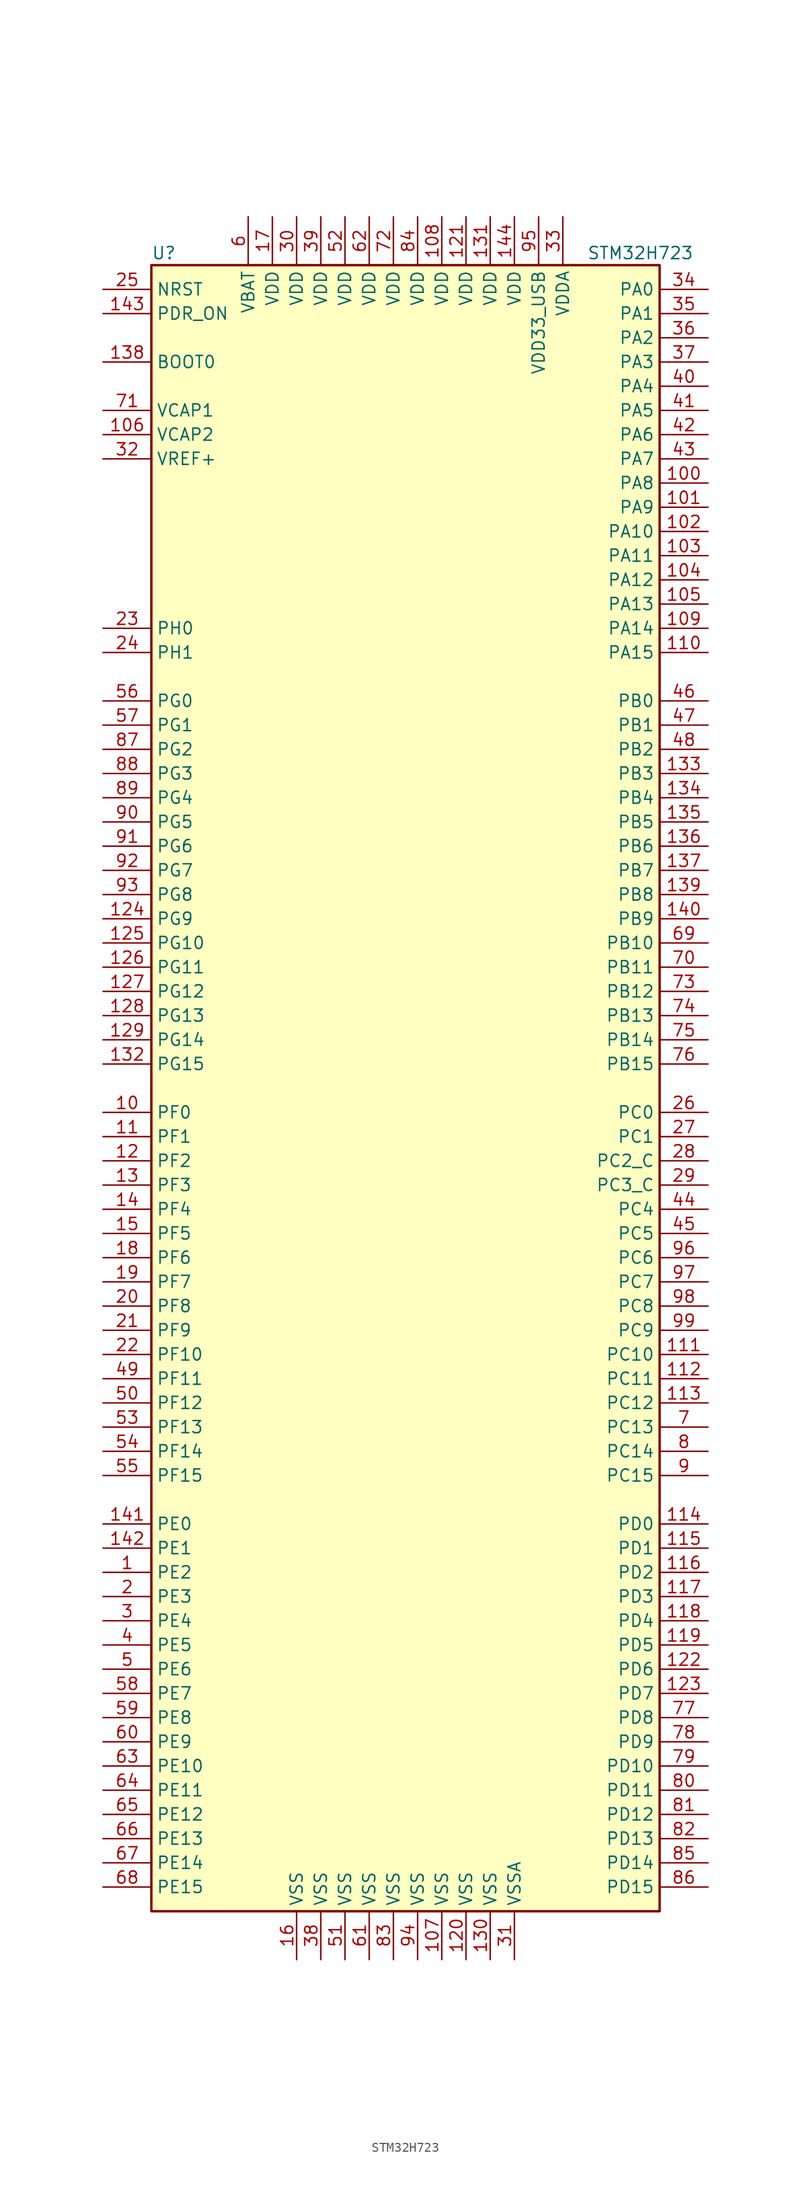
<source format=kicad_sym>
(kicad_symbol_lib
  (version 20211014)
  (generator kicad_symbol_editor)
  (symbol "STM32H723"
    (property "Reference" "U"
      (at -27.94 87.63 0)
      (effects (font (size 1.27 1.27)) (justify left)))
    (property "Value" "STM32H723"
      (at 17.78 87.63 0)
      (effects (font (size 1.27 1.27)) (justify left)))
    (symbol "STM32H723_0_1"
      (rectangle (start -27.94 -86.36) (end 25.4 86.36) (stroke (width 0.254) (type default) (color 0 0 0 0)) (fill (type background))))
    (symbol "STM32H723_1_1"
      (pin bidirectional line (at -33.02 -50.8 0) (length 5.08) (name "PE2" (effects (font (size 1.27 1.27)))) (number "1" (effects (font (size 1.27 1.27)))))
      (pin bidirectional line (at -33.02 -2.54 0) (length 5.08) (name "PF0" (effects (font (size 1.27 1.27)))) (number "10" (effects (font (size 1.27 1.27)))))
      (pin bidirectional line (at 30.48 63.5 180) (length 5.08) (name "PA8" (effects (font (size 1.27 1.27)))) (number "100" (effects (font (size 1.27 1.27)))))
      (pin bidirectional line (at 30.48 60.96 180) (length 5.08) (name "PA9" (effects (font (size 1.27 1.27)))) (number "101" (effects (font (size 1.27 1.27)))))
      (pin bidirectional line (at 30.48 58.42 180) (length 5.08) (name "PA10" (effects (font (size 1.27 1.27)))) (number "102" (effects (font (size 1.27 1.27)))))
      (pin bidirectional line (at 30.48 55.88 180) (length 5.08) (name "PA11" (effects (font (size 1.27 1.27)))) (number "103" (effects (font (size 1.27 1.27)))))
      (pin bidirectional line (at 30.48 53.34 180) (length 5.08) (name "PA12" (effects (font (size 1.27 1.27)))) (number "104" (effects (font (size 1.27 1.27)))))
      (pin bidirectional line (at 30.48 50.8 180) (length 5.08) (name "PA13" (effects (font (size 1.27 1.27)))) (number "105" (effects (font (size 1.27 1.27)))))
      (pin power_in line (at -33.02 68.58 0) (length 5.08) (name "VCAP2" (effects (font (size 1.27 1.27)))) (number "106" (effects (font (size 1.27 1.27)))))
      (pin power_in line (at 2.54 -91.44 90) (length 5.08) (name "VSS" (effects (font (size 1.27 1.27)))) (number "107" (effects (font (size 1.27 1.27)))))
      (pin power_in line (at 2.54 91.44 270) (length 5.08) (name "VDD" (effects (font (size 1.27 1.27)))) (number "108" (effects (font (size 1.27 1.27)))))
      (pin bidirectional line (at 30.48 48.26 180) (length 5.08) (name "PA14" (effects (font (size 1.27 1.27)))) (number "109" (effects (font (size 1.27 1.27)))))
      (pin bidirectional line (at -33.02 -5.08 0) (length 5.08) (name "PF1" (effects (font (size 1.27 1.27)))) (number "11" (effects (font (size 1.27 1.27)))))
      (pin bidirectional line (at 30.48 45.72 180) (length 5.08) (name "PA15" (effects (font (size 1.27 1.27)))) (number "110" (effects (font (size 1.27 1.27)))))
      (pin bidirectional line (at 30.48 -27.94 180) (length 5.08) (name "PC10" (effects (font (size 1.27 1.27)))) (number "111" (effects (font (size 1.27 1.27)))))
      (pin bidirectional line (at 30.48 -30.48 180) (length 5.08) (name "PC11" (effects (font (size 1.27 1.27)))) (number "112" (effects (font (size 1.27 1.27)))))
      (pin bidirectional line (at 30.48 -33.02 180) (length 5.08) (name "PC12" (effects (font (size 1.27 1.27)))) (number "113" (effects (font (size 1.27 1.27)))))
      (pin bidirectional line (at 30.48 -45.72 180) (length 5.08) (name "PD0" (effects (font (size 1.27 1.27)))) (number "114" (effects (font (size 1.27 1.27)))))
      (pin bidirectional line (at 30.48 -48.26 180) (length 5.08) (name "PD1" (effects (font (size 1.27 1.27)))) (number "115" (effects (font (size 1.27 1.27)))))
      (pin bidirectional line (at 30.48 -50.8 180) (length 5.08) (name "PD2" (effects (font (size 1.27 1.27)))) (number "116" (effects (font (size 1.27 1.27)))))
      (pin bidirectional line (at 30.48 -53.34 180) (length 5.08) (name "PD3" (effects (font (size 1.27 1.27)))) (number "117" (effects (font (size 1.27 1.27)))))
      (pin bidirectional line (at 30.48 -55.88 180) (length 5.08) (name "PD4" (effects (font (size 1.27 1.27)))) (number "118" (effects (font (size 1.27 1.27)))))
      (pin bidirectional line (at 30.48 -58.42 180) (length 5.08) (name "PD5" (effects (font (size 1.27 1.27)))) (number "119" (effects (font (size 1.27 1.27)))))
      (pin bidirectional line (at -33.02 -7.62 0) (length 5.08) (name "PF2" (effects (font (size 1.27 1.27)))) (number "12" (effects (font (size 1.27 1.27)))))
      (pin power_in line (at 5.08 -91.44 90) (length 5.08) (name "VSS" (effects (font (size 1.27 1.27)))) (number "120" (effects (font (size 1.27 1.27)))))
      (pin power_in line (at 5.08 91.44 270) (length 5.08) (name "VDD" (effects (font (size 1.27 1.27)))) (number "121" (effects (font (size 1.27 1.27)))))
      (pin bidirectional line (at 30.48 -60.96 180) (length 5.08) (name "PD6" (effects (font (size 1.27 1.27)))) (number "122" (effects (font (size 1.27 1.27)))))
      (pin bidirectional line (at 30.48 -63.5 180) (length 5.08) (name "PD7" (effects (font (size 1.27 1.27)))) (number "123" (effects (font (size 1.27 1.27)))))
      (pin bidirectional line (at -33.02 17.78 0) (length 5.08) (name "PG9" (effects (font (size 1.27 1.27)))) (number "124" (effects (font (size 1.27 1.27)))))
      (pin bidirectional line (at -33.02 15.24 0) (length 5.08) (name "PG10" (effects (font (size 1.27 1.27)))) (number "125" (effects (font (size 1.27 1.27)))))
      (pin bidirectional line (at -33.02 12.7 0) (length 5.08) (name "PG11" (effects (font (size 1.27 1.27)))) (number "126" (effects (font (size 1.27 1.27)))))
      (pin bidirectional line (at -33.02 10.16 0) (length 5.08) (name "PG12" (effects (font (size 1.27 1.27)))) (number "127" (effects (font (size 1.27 1.27)))))
      (pin bidirectional line (at -33.02 7.62 0) (length 5.08) (name "PG13" (effects (font (size 1.27 1.27)))) (number "128" (effects (font (size 1.27 1.27)))))
      (pin bidirectional line (at -33.02 5.08 0) (length 5.08) (name "PG14" (effects (font (size 1.27 1.27)))) (number "129" (effects (font (size 1.27 1.27)))))
      (pin bidirectional line (at -33.02 -10.16 0) (length 5.08) (name "PF3" (effects (font (size 1.27 1.27)))) (number "13" (effects (font (size 1.27 1.27)))))
      (pin power_in line (at 7.62 -91.44 90) (length 5.08) (name "VSS" (effects (font (size 1.27 1.27)))) (number "130" (effects (font (size 1.27 1.27)))))
      (pin power_in line (at 7.62 91.44 270) (length 5.08) (name "VDD" (effects (font (size 1.27 1.27)))) (number "131" (effects (font (size 1.27 1.27)))))
      (pin bidirectional line (at -33.02 2.54 0) (length 5.08) (name "PG15" (effects (font (size 1.27 1.27)))) (number "132" (effects (font (size 1.27 1.27)))))
      (pin bidirectional line (at 30.48 33.02 180) (length 5.08) (name "PB3" (effects (font (size 1.27 1.27)))) (number "133" (effects (font (size 1.27 1.27)))))
      (pin bidirectional line (at 30.48 30.48 180) (length 5.08) (name "PB4" (effects (font (size 1.27 1.27)))) (number "134" (effects (font (size 1.27 1.27)))))
      (pin bidirectional line (at 30.48 27.94 180) (length 5.08) (name "PB5" (effects (font (size 1.27 1.27)))) (number "135" (effects (font (size 1.27 1.27)))))
      (pin bidirectional line (at 30.48 25.4 180) (length 5.08) (name "PB6" (effects (font (size 1.27 1.27)))) (number "136" (effects (font (size 1.27 1.27)))))
      (pin bidirectional line (at 30.48 22.86 180) (length 5.08) (name "PB7" (effects (font (size 1.27 1.27)))) (number "137" (effects (font (size 1.27 1.27)))))
      (pin input line (at -33.02 76.2 0) (length 5.08) (name "BOOT0" (effects (font (size 1.27 1.27)))) (number "138" (effects (font (size 1.27 1.27)))))
      (pin bidirectional line (at 30.48 20.32 180) (length 5.08) (name "PB8" (effects (font (size 1.27 1.27)))) (number "139" (effects (font (size 1.27 1.27)))))
      (pin bidirectional line (at -33.02 -12.7 0) (length 5.08) (name "PF4" (effects (font (size 1.27 1.27)))) (number "14" (effects (font (size 1.27 1.27)))))
      (pin bidirectional line (at 30.48 17.78 180) (length 5.08) (name "PB9" (effects (font (size 1.27 1.27)))) (number "140" (effects (font (size 1.27 1.27)))))
      (pin bidirectional line (at -33.02 -45.72 0) (length 5.08) (name "PE0" (effects (font (size 1.27 1.27)))) (number "141" (effects (font (size 1.27 1.27)))))
      (pin bidirectional line (at -33.02 -48.26 0) (length 5.08) (name "PE1" (effects (font (size 1.27 1.27)))) (number "142" (effects (font (size 1.27 1.27)))))
      (pin input line (at -33.02 81.28 0) (length 5.08) (name "PDR_ON" (effects (font (size 1.27 1.27)))) (number "143" (effects (font (size 1.27 1.27)))))
      (pin power_in line (at 10.16 91.44 270) (length 5.08) (name "VDD" (effects (font (size 1.27 1.27)))) (number "144" (effects (font (size 1.27 1.27)))))
      (pin bidirectional line (at -33.02 -15.24 0) (length 5.08) (name "PF5" (effects (font (size 1.27 1.27)))) (number "15" (effects (font (size 1.27 1.27)))))
      (pin power_in line (at -12.7 -91.44 90) (length 5.08) (name "VSS" (effects (font (size 1.27 1.27)))) (number "16" (effects (font (size 1.27 1.27)))))
      (pin power_in line (at -15.24 91.44 270) (length 5.08) (name "VDD" (effects (font (size 1.27 1.27)))) (number "17" (effects (font (size 1.27 1.27)))))
      (pin bidirectional line (at -33.02 -17.78 0) (length 5.08) (name "PF6" (effects (font (size 1.27 1.27)))) (number "18" (effects (font (size 1.27 1.27)))))
      (pin bidirectional line (at -33.02 -20.32 0) (length 5.08) (name "PF7" (effects (font (size 1.27 1.27)))) (number "19" (effects (font (size 1.27 1.27)))))
      (pin bidirectional line (at -33.02 -53.34 0) (length 5.08) (name "PE3" (effects (font (size 1.27 1.27)))) (number "2" (effects (font (size 1.27 1.27)))))
      (pin bidirectional line (at -33.02 -22.86 0) (length 5.08) (name "PF8" (effects (font (size 1.27 1.27)))) (number "20" (effects (font (size 1.27 1.27)))))
      (pin bidirectional line (at -33.02 -25.4 0) (length 5.08) (name "PF9" (effects (font (size 1.27 1.27)))) (number "21" (effects (font (size 1.27 1.27)))))
      (pin bidirectional line (at -33.02 -27.94 0) (length 5.08) (name "PF10" (effects (font (size 1.27 1.27)))) (number "22" (effects (font (size 1.27 1.27)))))
      (pin input line (at -33.02 48.26 0) (length 5.08) (name "PH0" (effects (font (size 1.27 1.27)))) (number "23" (effects (font (size 1.27 1.27)))))
      (pin input line (at -33.02 45.72 0) (length 5.08) (name "PH1" (effects (font (size 1.27 1.27)))) (number "24" (effects (font (size 1.27 1.27)))))
      (pin input line (at -33.02 83.82 0) (length 5.08) (name "NRST" (effects (font (size 1.27 1.27)))) (number "25" (effects (font (size 1.27 1.27)))))
      (pin bidirectional line (at 30.48 -2.54 180) (length 5.08) (name "PC0" (effects (font (size 1.27 1.27)))) (number "26" (effects (font (size 1.27 1.27)))))
      (pin bidirectional line (at 30.48 -5.08 180) (length 5.08) (name "PC1" (effects (font (size 1.27 1.27)))) (number "27" (effects (font (size 1.27 1.27)))))
      (pin bidirectional line (at 30.48 -7.62 180) (length 5.08) (name "PC2_C" (effects (font (size 1.27 1.27)))) (number "28" (effects (font (size 1.27 1.27)))))
      (pin bidirectional line (at 30.48 -10.16 180) (length 5.08) (name "PC3_C" (effects (font (size 1.27 1.27)))) (number "29" (effects (font (size 1.27 1.27)))))
      (pin bidirectional line (at -33.02 -55.88 0) (length 5.08) (name "PE4" (effects (font (size 1.27 1.27)))) (number "3" (effects (font (size 1.27 1.27)))))
      (pin power_in line (at -12.7 91.44 270) (length 5.08) (name "VDD" (effects (font (size 1.27 1.27)))) (number "30" (effects (font (size 1.27 1.27)))))
      (pin power_in line (at 10.16 -91.44 90) (length 5.08) (name "VSSA" (effects (font (size 1.27 1.27)))) (number "31" (effects (font (size 1.27 1.27)))))
      (pin bidirectional line (at -33.02 66.04 0) (length 5.08) (name "VREF+" (effects (font (size 1.27 1.27)))) (number "32" (effects (font (size 1.27 1.27)))))
      (pin power_in line (at 15.24 91.44 270) (length 5.08) (name "VDDA" (effects (font (size 1.27 1.27)))) (number "33" (effects (font (size 1.27 1.27)))))
      (pin bidirectional line (at 30.48 83.82 180) (length 5.08) (name "PA0" (effects (font (size 1.27 1.27)))) (number "34" (effects (font (size 1.27 1.27)))))
      (pin bidirectional line (at 30.48 81.28 180) (length 5.08) (name "PA1" (effects (font (size 1.27 1.27)))) (number "35" (effects (font (size 1.27 1.27)))))
      (pin bidirectional line (at 30.48 78.74 180) (length 5.08) (name "PA2" (effects (font (size 1.27 1.27)))) (number "36" (effects (font (size 1.27 1.27)))))
      (pin bidirectional line (at 30.48 76.2 180) (length 5.08) (name "PA3" (effects (font (size 1.27 1.27)))) (number "37" (effects (font (size 1.27 1.27)))))
      (pin power_in line (at -10.16 -91.44 90) (length 5.08) (name "VSS" (effects (font (size 1.27 1.27)))) (number "38" (effects (font (size 1.27 1.27)))))
      (pin power_in line (at -10.16 91.44 270) (length 5.08) (name "VDD" (effects (font (size 1.27 1.27)))) (number "39" (effects (font (size 1.27 1.27)))))
      (pin bidirectional line (at -33.02 -58.42 0) (length 5.08) (name "PE5" (effects (font (size 1.27 1.27)))) (number "4" (effects (font (size 1.27 1.27)))))
      (pin bidirectional line (at 30.48 73.66 180) (length 5.08) (name "PA4" (effects (font (size 1.27 1.27)))) (number "40" (effects (font (size 1.27 1.27)))))
      (pin bidirectional line (at 30.48 71.12 180) (length 5.08) (name "PA5" (effects (font (size 1.27 1.27)))) (number "41" (effects (font (size 1.27 1.27)))))
      (pin bidirectional line (at 30.48 68.58 180) (length 5.08) (name "PA6" (effects (font (size 1.27 1.27)))) (number "42" (effects (font (size 1.27 1.27)))))
      (pin bidirectional line (at 30.48 66.04 180) (length 5.08) (name "PA7" (effects (font (size 1.27 1.27)))) (number "43" (effects (font (size 1.27 1.27)))))
      (pin bidirectional line (at 30.48 -12.7 180) (length 5.08) (name "PC4" (effects (font (size 1.27 1.27)))) (number "44" (effects (font (size 1.27 1.27)))))
      (pin bidirectional line (at 30.48 -15.24 180) (length 5.08) (name "PC5" (effects (font (size 1.27 1.27)))) (number "45" (effects (font (size 1.27 1.27)))))
      (pin bidirectional line (at 30.48 40.64 180) (length 5.08) (name "PB0" (effects (font (size 1.27 1.27)))) (number "46" (effects (font (size 1.27 1.27)))))
      (pin bidirectional line (at 30.48 38.1 180) (length 5.08) (name "PB1" (effects (font (size 1.27 1.27)))) (number "47" (effects (font (size 1.27 1.27)))))
      (pin bidirectional line (at 30.48 35.56 180) (length 5.08) (name "PB2" (effects (font (size 1.27 1.27)))) (number "48" (effects (font (size 1.27 1.27)))))
      (pin bidirectional line (at -33.02 -30.48 0) (length 5.08) (name "PF11" (effects (font (size 1.27 1.27)))) (number "49" (effects (font (size 1.27 1.27)))))
      (pin bidirectional line (at -33.02 -60.96 0) (length 5.08) (name "PE6" (effects (font (size 1.27 1.27)))) (number "5" (effects (font (size 1.27 1.27)))))
      (pin bidirectional line (at -33.02 -33.02 0) (length 5.08) (name "PF12" (effects (font (size 1.27 1.27)))) (number "50" (effects (font (size 1.27 1.27)))))
      (pin power_in line (at -7.62 -91.44 90) (length 5.08) (name "VSS" (effects (font (size 1.27 1.27)))) (number "51" (effects (font (size 1.27 1.27)))))
      (pin power_in line (at -7.62 91.44 270) (length 5.08) (name "VDD" (effects (font (size 1.27 1.27)))) (number "52" (effects (font (size 1.27 1.27)))))
      (pin bidirectional line (at -33.02 -35.56 0) (length 5.08) (name "PF13" (effects (font (size 1.27 1.27)))) (number "53" (effects (font (size 1.27 1.27)))))
      (pin bidirectional line (at -33.02 -38.1 0) (length 5.08) (name "PF14" (effects (font (size 1.27 1.27)))) (number "54" (effects (font (size 1.27 1.27)))))
      (pin bidirectional line (at -33.02 -40.64 0) (length 5.08) (name "PF15" (effects (font (size 1.27 1.27)))) (number "55" (effects (font (size 1.27 1.27)))))
      (pin bidirectional line (at -33.02 40.64 0) (length 5.08) (name "PG0" (effects (font (size 1.27 1.27)))) (number "56" (effects (font (size 1.27 1.27)))))
      (pin bidirectional line (at -33.02 38.1 0) (length 5.08) (name "PG1" (effects (font (size 1.27 1.27)))) (number "57" (effects (font (size 1.27 1.27)))))
      (pin bidirectional line (at -33.02 -63.5 0) (length 5.08) (name "PE7" (effects (font (size 1.27 1.27)))) (number "58" (effects (font (size 1.27 1.27)))))
      (pin bidirectional line (at -33.02 -66.04 0) (length 5.08) (name "PE8" (effects (font (size 1.27 1.27)))) (number "59" (effects (font (size 1.27 1.27)))))
      (pin power_in line (at -17.78 91.44 270) (length 5.08) (name "VBAT" (effects (font (size 1.27 1.27)))) (number "6" (effects (font (size 1.27 1.27)))))
      (pin bidirectional line (at -33.02 -68.58 0) (length 5.08) (name "PE9" (effects (font (size 1.27 1.27)))) (number "60" (effects (font (size 1.27 1.27)))))
      (pin power_in line (at -5.08 -91.44 90) (length 5.08) (name "VSS" (effects (font (size 1.27 1.27)))) (number "61" (effects (font (size 1.27 1.27)))))
      (pin power_in line (at -5.08 91.44 270) (length 5.08) (name "VDD" (effects (font (size 1.27 1.27)))) (number "62" (effects (font (size 1.27 1.27)))))
      (pin bidirectional line (at -33.02 -71.12 0) (length 5.08) (name "PE10" (effects (font (size 1.27 1.27)))) (number "63" (effects (font (size 1.27 1.27)))))
      (pin bidirectional line (at -33.02 -73.66 0) (length 5.08) (name "PE11" (effects (font (size 1.27 1.27)))) (number "64" (effects (font (size 1.27 1.27)))))
      (pin bidirectional line (at -33.02 -76.2 0) (length 5.08) (name "PE12" (effects (font (size 1.27 1.27)))) (number "65" (effects (font (size 1.27 1.27)))))
      (pin bidirectional line (at -33.02 -78.74 0) (length 5.08) (name "PE13" (effects (font (size 1.27 1.27)))) (number "66" (effects (font (size 1.27 1.27)))))
      (pin bidirectional line (at -33.02 -81.28 0) (length 5.08) (name "PE14" (effects (font (size 1.27 1.27)))) (number "67" (effects (font (size 1.27 1.27)))))
      (pin bidirectional line (at -33.02 -83.82 0) (length 5.08) (name "PE15" (effects (font (size 1.27 1.27)))) (number "68" (effects (font (size 1.27 1.27)))))
      (pin bidirectional line (at 30.48 15.24 180) (length 5.08) (name "PB10" (effects (font (size 1.27 1.27)))) (number "69" (effects (font (size 1.27 1.27)))))
      (pin bidirectional line (at 30.48 -35.56 180) (length 5.08) (name "PC13" (effects (font (size 1.27 1.27)))) (number "7" (effects (font (size 1.27 1.27)))))
      (pin bidirectional line (at 30.48 12.7 180) (length 5.08) (name "PB11" (effects (font (size 1.27 1.27)))) (number "70" (effects (font (size 1.27 1.27)))))
      (pin power_in line (at -33.02 71.12 0) (length 5.08) (name "VCAP1" (effects (font (size 1.27 1.27)))) (number "71" (effects (font (size 1.27 1.27)))))
      (pin power_in line (at -2.54 91.44 270) (length 5.08) (name "VDD" (effects (font (size 1.27 1.27)))) (number "72" (effects (font (size 1.27 1.27)))))
      (pin bidirectional line (at 30.48 10.16 180) (length 5.08) (name "PB12" (effects (font (size 1.27 1.27)))) (number "73" (effects (font (size 1.27 1.27)))))
      (pin bidirectional line (at 30.48 7.62 180) (length 5.08) (name "PB13" (effects (font (size 1.27 1.27)))) (number "74" (effects (font (size 1.27 1.27)))))
      (pin bidirectional line (at 30.48 5.08 180) (length 5.08) (name "PB14" (effects (font (size 1.27 1.27)))) (number "75" (effects (font (size 1.27 1.27)))))
      (pin bidirectional line (at 30.48 2.54 180) (length 5.08) (name "PB15" (effects (font (size 1.27 1.27)))) (number "76" (effects (font (size 1.27 1.27)))))
      (pin bidirectional line (at 30.48 -66.04 180) (length 5.08) (name "PD8" (effects (font (size 1.27 1.27)))) (number "77" (effects (font (size 1.27 1.27)))))
      (pin bidirectional line (at 30.48 -68.58 180) (length 5.08) (name "PD9" (effects (font (size 1.27 1.27)))) (number "78" (effects (font (size 1.27 1.27)))))
      (pin bidirectional line (at 30.48 -71.12 180) (length 5.08) (name "PD10" (effects (font (size 1.27 1.27)))) (number "79" (effects (font (size 1.27 1.27)))))
      (pin bidirectional line (at 30.48 -38.1 180) (length 5.08) (name "PC14" (effects (font (size 1.27 1.27)))) (number "8" (effects (font (size 1.27 1.27)))))
      (pin bidirectional line (at 30.48 -73.66 180) (length 5.08) (name "PD11" (effects (font (size 1.27 1.27)))) (number "80" (effects (font (size 1.27 1.27)))))
      (pin bidirectional line (at 30.48 -76.2 180) (length 5.08) (name "PD12" (effects (font (size 1.27 1.27)))) (number "81" (effects (font (size 1.27 1.27)))))
      (pin bidirectional line (at 30.48 -78.74 180) (length 5.08) (name "PD13" (effects (font (size 1.27 1.27)))) (number "82" (effects (font (size 1.27 1.27)))))
      (pin power_in line (at -2.54 -91.44 90) (length 5.08) (name "VSS" (effects (font (size 1.27 1.27)))) (number "83" (effects (font (size 1.27 1.27)))))
      (pin power_in line (at 0 91.44 270) (length 5.08) (name "VDD" (effects (font (size 1.27 1.27)))) (number "84" (effects (font (size 1.27 1.27)))))
      (pin bidirectional line (at 30.48 -81.28 180) (length 5.08) (name "PD14" (effects (font (size 1.27 1.27)))) (number "85" (effects (font (size 1.27 1.27)))))
      (pin bidirectional line (at 30.48 -83.82 180) (length 5.08) (name "PD15" (effects (font (size 1.27 1.27)))) (number "86" (effects (font (size 1.27 1.27)))))
      (pin bidirectional line (at -33.02 35.56 0) (length 5.08) (name "PG2" (effects (font (size 1.27 1.27)))) (number "87" (effects (font (size 1.27 1.27)))))
      (pin bidirectional line (at -33.02 33.02 0) (length 5.08) (name "PG3" (effects (font (size 1.27 1.27)))) (number "88" (effects (font (size 1.27 1.27)))))
      (pin bidirectional line (at -33.02 30.48 0) (length 5.08) (name "PG4" (effects (font (size 1.27 1.27)))) (number "89" (effects (font (size 1.27 1.27)))))
      (pin bidirectional line (at 30.48 -40.64 180) (length 5.08) (name "PC15" (effects (font (size 1.27 1.27)))) (number "9" (effects (font (size 1.27 1.27)))))
      (pin bidirectional line (at -33.02 27.94 0) (length 5.08) (name "PG5" (effects (font (size 1.27 1.27)))) (number "90" (effects (font (size 1.27 1.27)))))
      (pin bidirectional line (at -33.02 25.4 0) (length 5.08) (name "PG6" (effects (font (size 1.27 1.27)))) (number "91" (effects (font (size 1.27 1.27)))))
      (pin bidirectional line (at -33.02 22.86 0) (length 5.08) (name "PG7" (effects (font (size 1.27 1.27)))) (number "92" (effects (font (size 1.27 1.27)))))
      (pin bidirectional line (at -33.02 20.32 0) (length 5.08) (name "PG8" (effects (font (size 1.27 1.27)))) (number "93" (effects (font (size 1.27 1.27)))))
      (pin power_in line (at 0 -91.44 90) (length 5.08) (name "VSS" (effects (font (size 1.27 1.27)))) (number "94" (effects (font (size 1.27 1.27)))))
      (pin power_in line (at 12.7 91.44 270) (length 5.08) (name "VDD33_USB" (effects (font (size 1.27 1.27)))) (number "95" (effects (font (size 1.27 1.27)))))
      (pin bidirectional line (at 30.48 -17.78 180) (length 5.08) (name "PC6" (effects (font (size 1.27 1.27)))) (number "96" (effects (font (size 1.27 1.27)))))
      (pin bidirectional line (at 30.48 -20.32 180) (length 5.08) (name "PC7" (effects (font (size 1.27 1.27)))) (number "97" (effects (font (size 1.27 1.27)))))
      (pin bidirectional line (at 30.48 -22.86 180) (length 5.08) (name "PC8" (effects (font (size 1.27 1.27)))) (number "98" (effects (font (size 1.27 1.27)))))
      (pin bidirectional line (at 30.48 -25.4 180) (length 5.08) (name "PC9" (effects (font (size 1.27 1.27)))) (number "99" (effects (font (size 1.27 1.27))))))))
</source>
